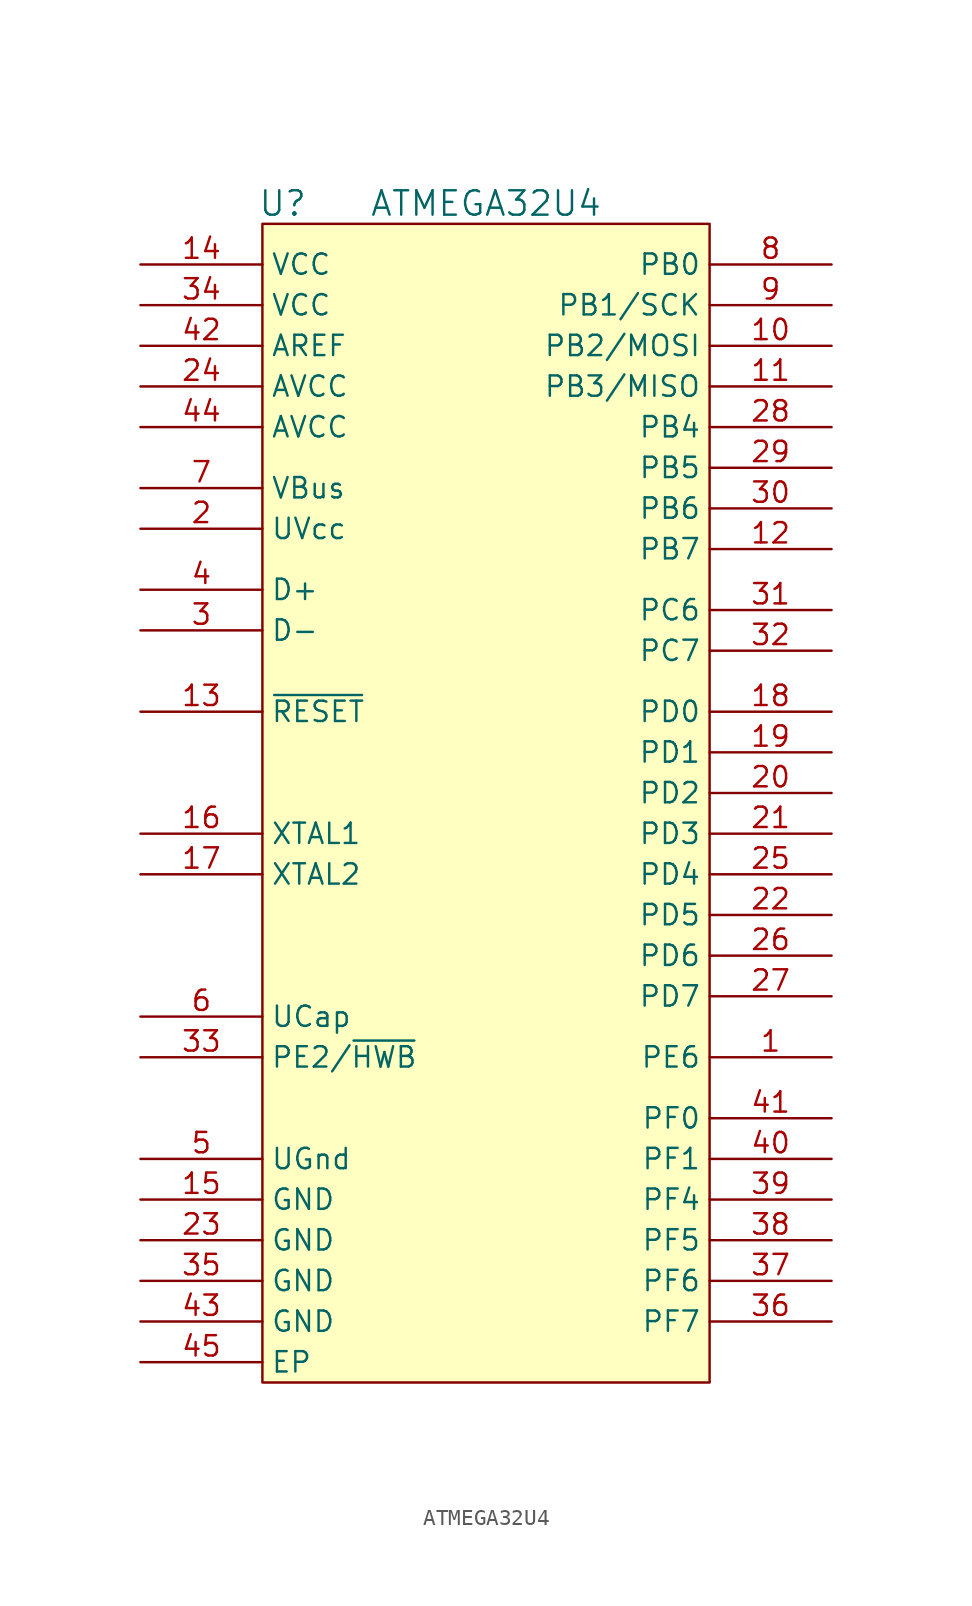
<source format=kicad_sym>
(kicad_symbol_lib
  (version 20210619)
  (generator kicad_symbol_editor)
  (symbol "0xcb:ATMEGA32U4"
    (property "Reference" "U"
      (at -17.78 30.48 0)
      (effects (font (size 1.524 1.524))))
    (property "Value" "ATMEGA32U4"
      (at -5.08 30.48 0)
      (effects (font (size 1.524 1.524))))
    (property "Footprint" ""
      (at 0 0 0)
      (effects (font (size 1.524 1.524))))
    (property "Datasheet" ""
      (at 0 0 0)
      (effects (font (size 1.524 1.524))))
    (symbol "ATMEGA32U4_0_1"
      (rectangle (start 8.89 29.21) (end -19.05 -43.18) (stroke (width 0)) (fill (type background))))
    (symbol "ATMEGA32U4_1_1"
      (pin bidirectional line (at 16.51 -22.86 180) (length 7.62) (name "PE6" (effects (font (size 1.27 1.27)))) (number "1" (effects (font (size 1.27 1.27)))))
      (pin bidirectional line (at 16.51 21.59 180) (length 7.62) (name "PB2/MOSI" (effects (font (size 1.27 1.27)))) (number "10" (effects (font (size 1.27 1.27)))))
      (pin bidirectional line (at 16.51 19.05 180) (length 7.62) (name "PB3/MISO" (effects (font (size 1.27 1.27)))) (number "11" (effects (font (size 1.27 1.27)))))
      (pin bidirectional line (at 16.51 8.89 180) (length 7.62) (name "PB7" (effects (font (size 1.27 1.27)))) (number "12" (effects (font (size 1.27 1.27)))))
      (pin input line (at -26.67 -1.27 0) (length 7.62) (name "~{RESET}" (effects (font (size 1.27 1.27)))) (number "13" (effects (font (size 1.27 1.27)))))
      (pin power_in line (at -26.67 26.67 0) (length 7.62) (name "VCC" (effects (font (size 1.27 1.27)))) (number "14" (effects (font (size 1.27 1.27)))))
      (pin power_in line (at -26.67 -31.75 0) (length 7.62) (name "GND" (effects (font (size 1.27 1.27)))) (number "15" (effects (font (size 1.27 1.27)))))
      (pin input line (at -26.67 -8.89 0) (length 7.62) (name "XTAL1" (effects (font (size 1.27 1.27)))) (number "16" (effects (font (size 1.27 1.27)))))
      (pin output line (at -26.67 -11.43 0) (length 7.62) (name "XTAL2" (effects (font (size 1.27 1.27)))) (number "17" (effects (font (size 1.27 1.27)))))
      (pin bidirectional line (at 16.51 -1.27 180) (length 7.62) (name "PD0" (effects (font (size 1.27 1.27)))) (number "18" (effects (font (size 1.27 1.27)))))
      (pin bidirectional line (at 16.51 -3.81 180) (length 7.62) (name "PD1" (effects (font (size 1.27 1.27)))) (number "19" (effects (font (size 1.27 1.27)))))
      (pin power_in line (at -26.67 10.16 0) (length 7.62) (name "UVcc" (effects (font (size 1.27 1.27)))) (number "2" (effects (font (size 1.27 1.27)))))
      (pin bidirectional line (at 16.51 -6.35 180) (length 7.62) (name "PD2" (effects (font (size 1.27 1.27)))) (number "20" (effects (font (size 1.27 1.27)))))
      (pin bidirectional line (at 16.51 -8.89 180) (length 7.62) (name "PD3" (effects (font (size 1.27 1.27)))) (number "21" (effects (font (size 1.27 1.27)))))
      (pin bidirectional line (at 16.51 -13.97 180) (length 7.62) (name "PD5" (effects (font (size 1.27 1.27)))) (number "22" (effects (font (size 1.27 1.27)))))
      (pin power_in line (at -26.67 -34.29 0) (length 7.62) (name "GND" (effects (font (size 1.27 1.27)))) (number "23" (effects (font (size 1.27 1.27)))))
      (pin power_in line (at -26.67 19.05 0) (length 7.62) (name "AVCC" (effects (font (size 1.27 1.27)))) (number "24" (effects (font (size 1.27 1.27)))))
      (pin bidirectional line (at 16.51 -11.43 180) (length 7.62) (name "PD4" (effects (font (size 1.27 1.27)))) (number "25" (effects (font (size 1.27 1.27)))))
      (pin bidirectional line (at 16.51 -16.51 180) (length 7.62) (name "PD6" (effects (font (size 1.27 1.27)))) (number "26" (effects (font (size 1.27 1.27)))))
      (pin bidirectional line (at 16.51 -19.05 180) (length 7.62) (name "PD7" (effects (font (size 1.27 1.27)))) (number "27" (effects (font (size 1.27 1.27)))))
      (pin bidirectional line (at 16.51 16.51 180) (length 7.62) (name "PB4" (effects (font (size 1.27 1.27)))) (number "28" (effects (font (size 1.27 1.27)))))
      (pin bidirectional line (at 16.51 13.97 180) (length 7.62) (name "PB5" (effects (font (size 1.27 1.27)))) (number "29" (effects (font (size 1.27 1.27)))))
      (pin bidirectional line (at -26.67 3.81 0) (length 7.62) (name "D-" (effects (font (size 1.27 1.27)))) (number "3" (effects (font (size 1.27 1.27)))))
      (pin bidirectional line (at 16.51 11.43 180) (length 7.62) (name "PB6" (effects (font (size 1.27 1.27)))) (number "30" (effects (font (size 1.27 1.27)))))
      (pin bidirectional line (at 16.51 5.08 180) (length 7.62) (name "PC6" (effects (font (size 1.27 1.27)))) (number "31" (effects (font (size 1.27 1.27)))))
      (pin bidirectional line (at 16.51 2.54 180) (length 7.62) (name "PC7" (effects (font (size 1.27 1.27)))) (number "32" (effects (font (size 1.27 1.27)))))
      (pin bidirectional line (at -26.67 -22.86 0) (length 7.62) (name "PE2/~{HWB}" (effects (font (size 1.27 1.27)))) (number "33" (effects (font (size 1.27 1.27)))))
      (pin power_in line (at -26.67 24.13 0) (length 7.62) (name "VCC" (effects (font (size 1.27 1.27)))) (number "34" (effects (font (size 1.27 1.27)))))
      (pin power_in line (at -26.67 -36.83 0) (length 7.62) (name "GND" (effects (font (size 1.27 1.27)))) (number "35" (effects (font (size 1.27 1.27)))))
      (pin bidirectional line (at 16.51 -39.37 180) (length 7.62) (name "PF7" (effects (font (size 1.27 1.27)))) (number "36" (effects (font (size 1.27 1.27)))))
      (pin bidirectional line (at 16.51 -36.83 180) (length 7.62) (name "PF6" (effects (font (size 1.27 1.27)))) (number "37" (effects (font (size 1.27 1.27)))))
      (pin bidirectional line (at 16.51 -34.29 180) (length 7.62) (name "PF5" (effects (font (size 1.27 1.27)))) (number "38" (effects (font (size 1.27 1.27)))))
      (pin bidirectional line (at 16.51 -31.75 180) (length 7.62) (name "PF4" (effects (font (size 1.27 1.27)))) (number "39" (effects (font (size 1.27 1.27)))))
      (pin bidirectional line (at -26.67 6.35 0) (length 7.62) (name "D+" (effects (font (size 1.27 1.27)))) (number "4" (effects (font (size 1.27 1.27)))))
      (pin bidirectional line (at 16.51 -29.21 180) (length 7.62) (name "PF1" (effects (font (size 1.27 1.27)))) (number "40" (effects (font (size 1.27 1.27)))))
      (pin bidirectional line (at 16.51 -26.67 180) (length 7.62) (name "PF0" (effects (font (size 1.27 1.27)))) (number "41" (effects (font (size 1.27 1.27)))))
      (pin input line (at -26.67 21.59 0) (length 7.62) (name "AREF" (effects (font (size 1.27 1.27)))) (number "42" (effects (font (size 1.27 1.27)))))
      (pin power_in line (at -26.67 -39.37 0) (length 7.62) (name "GND" (effects (font (size 1.27 1.27)))) (number "43" (effects (font (size 1.27 1.27)))))
      (pin power_in line (at -26.67 16.51 0) (length 7.62) (name "AVCC" (effects (font (size 1.27 1.27)))) (number "44" (effects (font (size 1.27 1.27)))))
      (pin power_in line (at -26.67 -41.91 0) (length 7.62) (name "EP" (effects (font (size 1.27 1.27)))) (number "45" (effects (font (size 1.27 1.27)))))
      (pin power_in line (at -26.67 -29.21 0) (length 7.62) (name "UGnd" (effects (font (size 1.27 1.27)))) (number "5" (effects (font (size 1.27 1.27)))))
      (pin input line (at -26.67 -20.32 0) (length 7.62) (name "UCap" (effects (font (size 1.27 1.27)))) (number "6" (effects (font (size 1.27 1.27)))))
      (pin input line (at -26.67 12.7 0) (length 7.62) (name "VBus" (effects (font (size 1.27 1.27)))) (number "7" (effects (font (size 1.27 1.27)))))
      (pin bidirectional line (at 16.51 26.67 180) (length 7.62) (name "PB0" (effects (font (size 1.27 1.27)))) (number "8" (effects (font (size 1.27 1.27)))))
      (pin bidirectional line (at 16.51 24.13 180) (length 7.62) (name "PB1/SCK" (effects (font (size 1.27 1.27)))) (number "9" (effects (font (size 1.27 1.27))))))))
</source>
